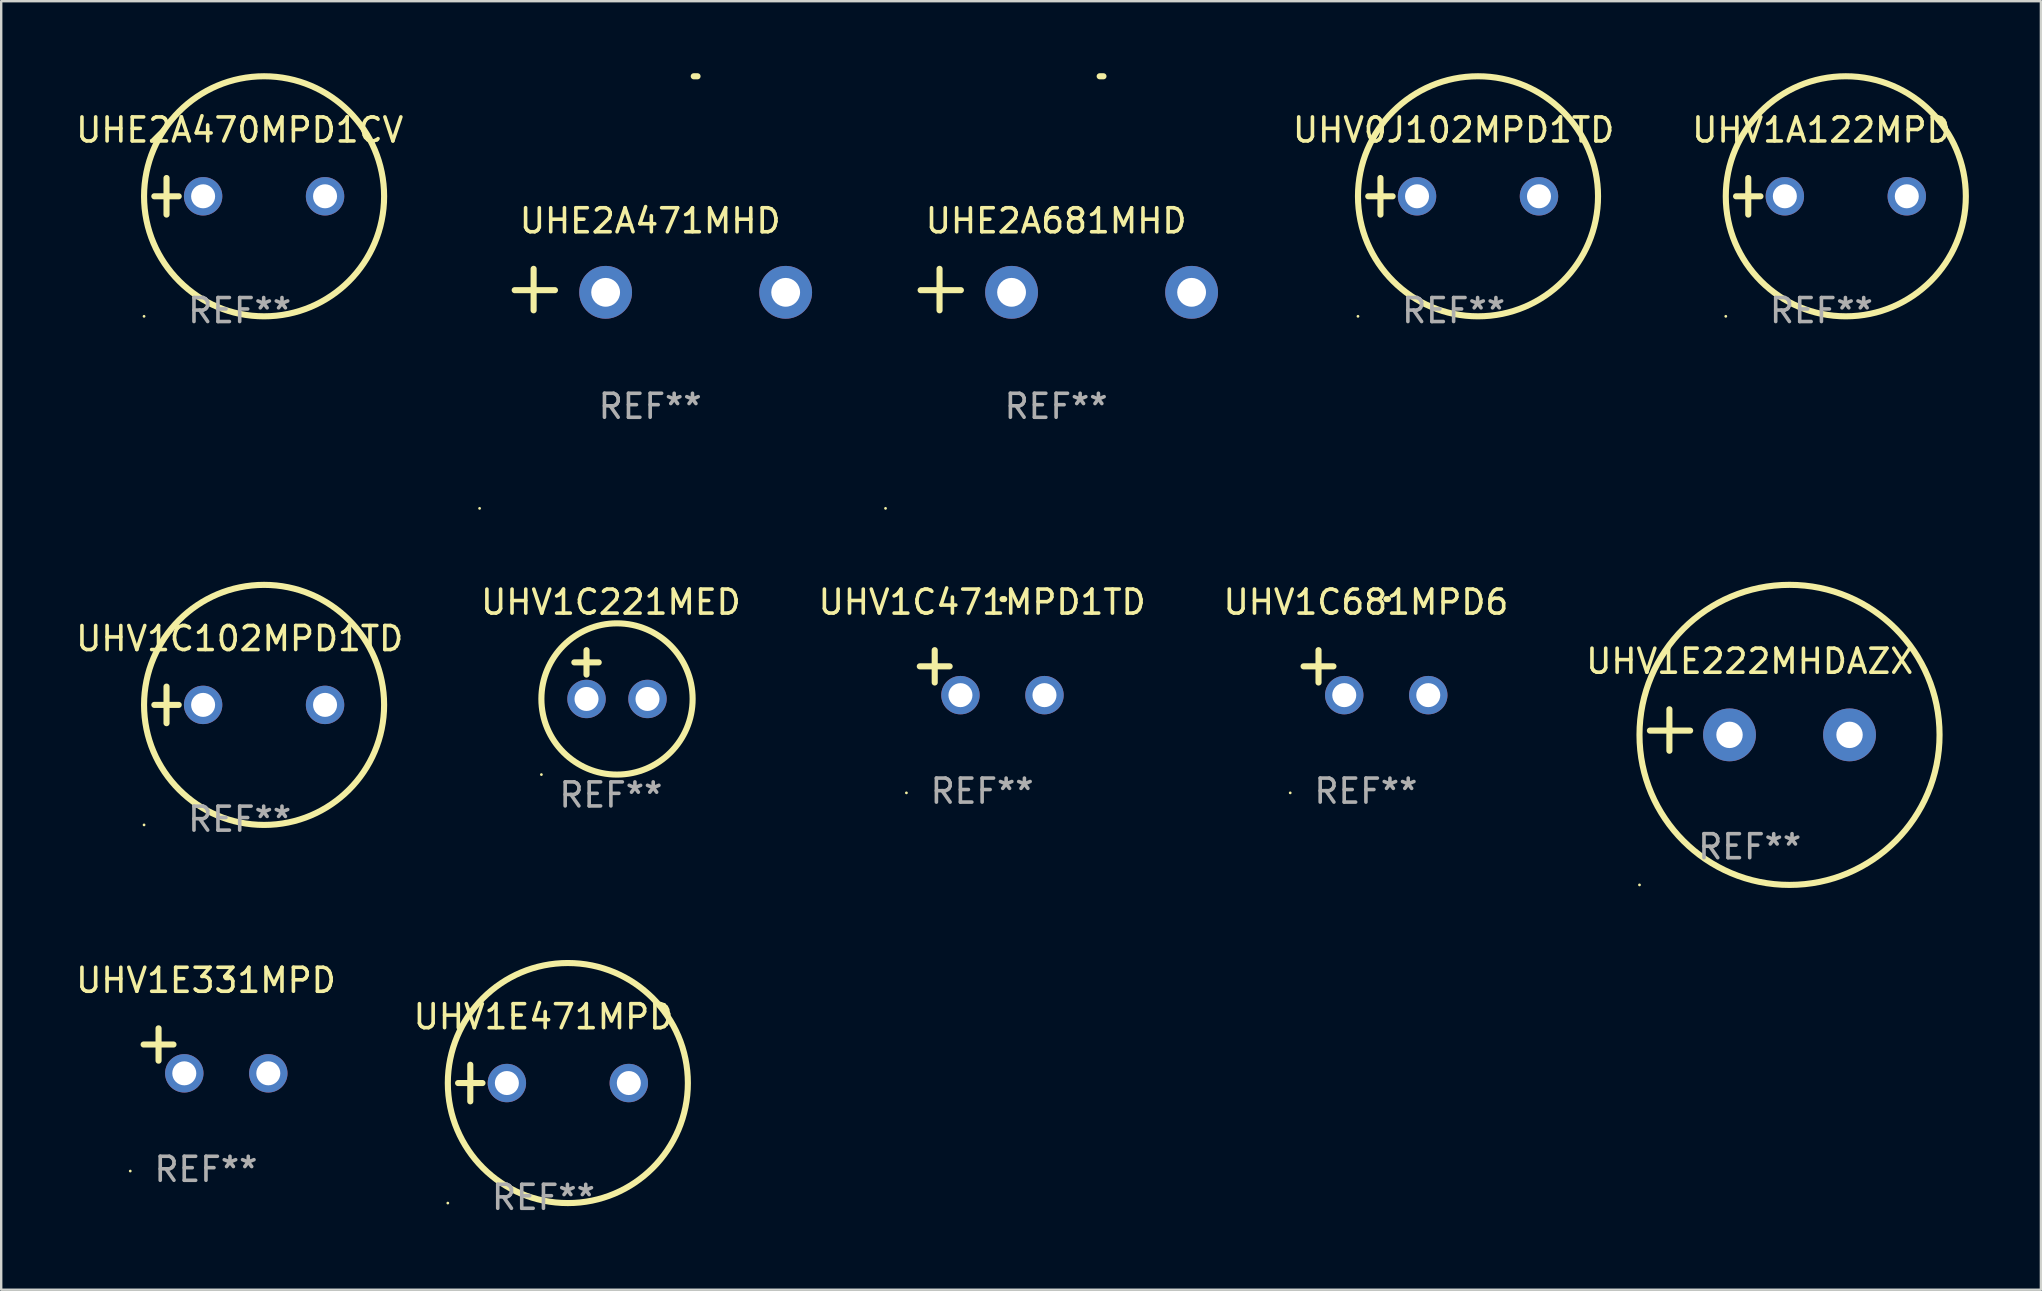
<source format=kicad_pcb>
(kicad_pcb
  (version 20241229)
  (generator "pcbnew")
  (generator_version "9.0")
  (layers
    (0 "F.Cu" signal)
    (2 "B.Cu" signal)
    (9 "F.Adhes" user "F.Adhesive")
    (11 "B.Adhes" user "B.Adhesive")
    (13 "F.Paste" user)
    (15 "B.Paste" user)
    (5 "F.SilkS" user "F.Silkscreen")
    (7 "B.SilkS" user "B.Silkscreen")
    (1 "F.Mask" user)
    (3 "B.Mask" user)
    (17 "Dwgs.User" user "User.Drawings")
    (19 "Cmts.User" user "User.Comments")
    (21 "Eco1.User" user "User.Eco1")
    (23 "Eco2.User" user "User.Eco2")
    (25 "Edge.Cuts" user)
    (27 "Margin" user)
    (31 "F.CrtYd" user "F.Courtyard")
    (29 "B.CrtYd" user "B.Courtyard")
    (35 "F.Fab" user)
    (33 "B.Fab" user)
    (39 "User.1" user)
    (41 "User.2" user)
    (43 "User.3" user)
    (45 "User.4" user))
  (footprint "UHV1E471MPD"
    (layer "F.Cu")
    (at 19.589 42.067)
    (property "Reference" "UHV1E471MPD" (at 0 -2.762 0) (layer "F.SilkS") (effects (font (size 1 1) (thickness 0.15))))
    (attr through_hole)
    (fp_line (start -3.556 0) (end -2.54 0) (stroke (width 0.254) (type solid)) (layer "F.SilkS"))
    (fp_line (start -3.048 -0.762) (end -3.048 0.762) (stroke (width 0.254) (type solid)) (layer "F.SilkS"))
    (fp_circle (center -3.984 5) (end -3.954 5) (stroke (width 0.06) (type solid)) (fill no) (layer "F.SilkS"))
    (fp_circle (center 1.016 0) (end 6.016 0) (stroke (width 0.254) (type solid)) (fill no) (layer "F.SilkS"))
    (fp_text user "REF**" (at 0 4.762 0) (layer "F.Fab") (effects (font (size 1 1) (thickness 0.15))))
    (pad "1" thru_hole circle (at -1.524 0) (size 1.6 1.6) (drill 1) (layers "*.Cu" "*.Mask"))
    (pad "2" thru_hole circle (at 3.556 0) (size 1.6 1.6) (drill 1) (layers "*.Cu" "*.Mask")))
  (footprint "UHV1C681MPD6"
    (layer "F.Cu")
    (at 53.851 24.971)
    (property "Reference" "UHV1C681MPD6" (at 0 -2.937 0) (layer "F.SilkS") (effects (font (size 1 1) (thickness 0.15))))
    (attr through_hole)
    (fp_line (start -1.975 0.41) (end -1.975 -0.937) (stroke (width 0.254) (type solid)) (layer "F.SilkS"))
    (fp_line (start -1.353 -0.263) (end -2.597 -0.263) (stroke (width 0.254) (type solid)) (layer "F.SilkS"))
    (fp_arc (start 0.849809 -3.063957) (mid 0.885369 -3.064114) (end 0.920929 -3.063957) (stroke (width 0.254001) (type solid)) (layer "F.SilkS"))
    (fp_circle (center -3.154 5.008) (end -3.124 5.008) (stroke (width 0.06) (type solid)) (fill no) (layer "F.SilkS"))
    (fp_text user "REF**" (at 0 4.937 0) (layer "F.Fab") (effects (font (size 1 1) (thickness 0.15))))
    (pad "1" thru_hole circle (at -0.903 0.937) (size 1.6 1.6) (drill 1) (layers "*.Cu" "*.Mask"))
    (pad "2" thru_hole circle (at 2.597 0.937) (size 1.6 1.6) (drill 1) (layers "*.Cu" "*.Mask")))
  (footprint "UHV1A122MPD"
    (layer "F.Cu")
    (at 72.826 5.127)
    (property "Reference" "UHV1A122MPD" (at 0 -2.762 0) (layer "F.SilkS") (effects (font (size 1 1) (thickness 0.15))))
    (attr through_hole)
    (fp_line (start -3.556 0) (end -2.54 0) (stroke (width 0.254) (type solid)) (layer "F.SilkS"))
    (fp_line (start -3.048 -0.762) (end -3.048 0.762) (stroke (width 0.254) (type solid)) (layer "F.SilkS"))
    (fp_circle (center -3.984 5) (end -3.954 5) (stroke (width 0.06) (type solid)) (fill no) (layer "F.SilkS"))
    (fp_circle (center 1.016 0) (end 6.016 0) (stroke (width 0.254) (type solid)) (fill no) (layer "F.SilkS"))
    (fp_text user "REF**" (at 0 4.762 0) (layer "F.Fab") (effects (font (size 1 1) (thickness 0.15))))
    (pad "1" thru_hole circle (at -1.524 0) (size 1.6 1.6) (drill 1) (layers "*.Cu" "*.Mask"))
    (pad "2" thru_hole circle (at 3.556 0) (size 1.6 1.6) (drill 1) (layers "*.Cu" "*.Mask")))
  (footprint "UHE2A471MHD"
    (layer "F.Cu")
    (at 24.035 9.013)
    (property "Reference" "UHE2A471MHD" (at 0 -2.864 0) (layer "F.SilkS") (effects (font (size 1 1) (thickness 0.15))))
    (attr through_hole)
    (fp_line (start -4.856 0.864) (end -4.856 -0.864) (stroke (width 0.254) (type solid)) (layer "F.SilkS"))
    (fp_line (start -3.967 0.025) (end -5.644 0.025) (stroke (width 0.254) (type solid)) (layer "F.SilkS"))
    (fp_arc (start 1.815024 -8.885649) (mid 1.893764 -8.88599) (end 1.972504 -8.885649) (stroke (width 0.254001) (type solid)) (layer "F.SilkS"))
    (fp_circle (center -7.106 9.114) (end -7.076 9.114) (stroke (width 0.06) (type solid)) (fill no) (layer "F.SilkS"))
    (fp_text user "REF**" (at 0 4.864 0) (layer "F.Fab") (effects (font (size 1 1) (thickness 0.15))))
    (pad "1" thru_hole circle (at -1.856 0.114) (size 2.2 2.2) (drill 1.2) (layers "*.Cu" "*.Mask"))
    (pad "2" thru_hole circle (at 5.644 0.114) (size 2.2 2.2) (drill 1.2) (layers "*.Cu" "*.Mask")))
  (footprint "UHV1E222MHDAZX"
    (layer "F.Cu")
    (at 69.839 27.36)
    (property "Reference" "UHV1E222MHDAZX" (at 0 -2.864 0) (layer "F.SilkS") (effects (font (size 1 1) (thickness 0.15))))
    (attr through_hole)
    (fp_line (start -3.346 0.864) (end -3.346 -0.864) (stroke (width 0.254) (type solid)) (layer "F.SilkS"))
    (fp_line (start -2.482 0.025) (end -4.158 0.025) (stroke (width 0.254) (type solid)) (layer "F.SilkS"))
    (fp_circle (center -4.592 6.453) (end -4.562 6.453) (stroke (width 0.06) (type solid)) (fill no) (layer "F.SilkS"))
    (fp_circle (center 1.658 0.203) (end 7.908 0.203) (stroke (width 0.254) (type solid)) (fill no) (layer "F.SilkS"))
    (fp_text user "REF**" (at 0 4.864 0) (layer "F.Fab") (effects (font (size 1 1) (thickness 0.15))))
    (pad "1" thru_hole circle (at -0.842 0.203) (size 2.2 2.2) (drill 1.1) (layers "*.Cu" "*.Mask"))
    (pad "2" thru_hole circle (at 4.158 0.203) (size 2.2 2.2) (drill 1.1) (layers "*.Cu" "*.Mask")))
  (footprint "UHV1C102MPD1TD"
    (layer "F.Cu")
    (at 6.935 26.314)
    (property "Reference" "UHV1C102MPD1TD" (at 0 -2.762 0) (layer "F.SilkS") (effects (font (size 1 1) (thickness 0.15))))
    (attr through_hole)
    (fp_line (start -3.556 0) (end -2.54 0) (stroke (width 0.254) (type solid)) (layer "F.SilkS"))
    (fp_line (start -3.048 -0.762) (end -3.048 0.762) (stroke (width 0.254) (type solid)) (layer "F.SilkS"))
    (fp_circle (center -3.984 5) (end -3.954 5) (stroke (width 0.06) (type solid)) (fill no) (layer "F.SilkS"))
    (fp_circle (center 1.016 0) (end 6.016 0) (stroke (width 0.254) (type solid)) (fill no) (layer "F.SilkS"))
    (fp_text user "REF**" (at 0 4.762 0) (layer "F.Fab") (effects (font (size 1 1) (thickness 0.15))))
    (pad "1" thru_hole circle (at -1.524 0) (size 1.6 1.6) (drill 1) (layers "*.Cu" "*.Mask"))
    (pad "2" thru_hole circle (at 3.556 0) (size 1.6 1.6) (drill 1) (layers "*.Cu" "*.Mask")))
  (footprint "UHE2A470MPD1CV"
    (layer "F.Cu")
    (at 6.935 5.127)
    (property "Reference" "UHE2A470MPD1CV" (at 0 -2.762 0) (layer "F.SilkS") (effects (font (size 1 1) (thickness 0.15))))
    (attr through_hole)
    (fp_line (start -3.556 0) (end -2.54 0) (stroke (width 0.254) (type solid)) (layer "F.SilkS"))
    (fp_line (start -3.048 -0.762) (end -3.048 0.762) (stroke (width 0.254) (type solid)) (layer "F.SilkS"))
    (fp_circle (center -3.984 5) (end -3.954 5) (stroke (width 0.06) (type solid)) (fill no) (layer "F.SilkS"))
    (fp_circle (center 1.016 0) (end 6.016 0) (stroke (width 0.254) (type solid)) (fill no) (layer "F.SilkS"))
    (fp_text user "REF**" (at 0 4.762 0) (layer "F.Fab") (effects (font (size 1 1) (thickness 0.15))))
    (pad "1" thru_hole circle (at -1.524 0) (size 1.6 1.6) (drill 1) (layers "*.Cu" "*.Mask"))
    (pad "2" thru_hole circle (at 3.556 0) (size 1.6 1.6) (drill 1) (layers "*.Cu" "*.Mask")))
  (footprint "UHV0J102MPD1TD"
    (layer "F.Cu")
    (at 57.504 5.127)
    (property "Reference" "UHV0J102MPD1TD" (at 0 -2.762 0) (layer "F.SilkS") (effects (font (size 1 1) (thickness 0.15))))
    (attr through_hole)
    (fp_line (start -3.556 0) (end -2.54 0) (stroke (width 0.254) (type solid)) (layer "F.SilkS"))
    (fp_line (start -3.048 -0.762) (end -3.048 0.762) (stroke (width 0.254) (type solid)) (layer "F.SilkS"))
    (fp_circle (center -3.984 5) (end -3.954 5) (stroke (width 0.06) (type solid)) (fill no) (layer "F.SilkS"))
    (fp_circle (center 1.016 0) (end 6.016 0) (stroke (width 0.254) (type solid)) (fill no) (layer "F.SilkS"))
    (fp_text user "REF**" (at 0 4.762 0) (layer "F.Fab") (effects (font (size 1 1) (thickness 0.15))))
    (pad "1" thru_hole circle (at -1.524 0) (size 1.6 1.6) (drill 1) (layers "*.Cu" "*.Mask"))
    (pad "2" thru_hole circle (at 3.556 0) (size 1.6 1.6) (drill 1) (layers "*.Cu" "*.Mask")))
  (footprint "UHE2A681MHD"
    (layer "F.Cu")
    (at 40.945 9.013)
    (property "Reference" "UHE2A681MHD" (at 0 -2.864 0) (layer "F.SilkS") (effects (font (size 1 1) (thickness 0.15))))
    (attr through_hole)
    (fp_line (start -4.856 0.864) (end -4.856 -0.864) (stroke (width 0.254) (type solid)) (layer "F.SilkS"))
    (fp_line (start -3.967 0.025) (end -5.644 0.025) (stroke (width 0.254) (type solid)) (layer "F.SilkS"))
    (fp_arc (start 1.815024 -8.885649) (mid 1.893764 -8.88599) (end 1.972504 -8.885649) (stroke (width 0.254001) (type solid)) (layer "F.SilkS"))
    (fp_circle (center -7.106 9.114) (end -7.076 9.114) (stroke (width 0.06) (type solid)) (fill no) (layer "F.SilkS"))
    (fp_text user "REF**" (at 0 4.864 0) (layer "F.Fab") (effects (font (size 1 1) (thickness 0.15))))
    (pad "1" thru_hole circle (at -1.856 0.114) (size 2.2 2.2) (drill 1.2) (layers "*.Cu" "*.Mask"))
    (pad "2" thru_hole circle (at 5.644 0.114) (size 2.2 2.2) (drill 1.2) (layers "*.Cu" "*.Mask")))
  (footprint "UHV1C471MPD1TD"
    (layer "F.Cu")
    (at 37.863 24.971)
    (property "Reference" "UHV1C471MPD1TD" (at 0 -2.937 0) (layer "F.SilkS") (effects (font (size 1 1) (thickness 0.15))))
    (attr through_hole)
    (fp_line (start -1.975 0.41) (end -1.975 -0.937) (stroke (width 0.254) (type solid)) (layer "F.SilkS"))
    (fp_line (start -1.353 -0.263) (end -2.597 -0.263) (stroke (width 0.254) (type solid)) (layer "F.SilkS"))
    (fp_arc (start 0.849809 -3.063957) (mid 0.885369 -3.064114) (end 0.920929 -3.063957) (stroke (width 0.254001) (type solid)) (layer "F.SilkS"))
    (fp_circle (center -3.154 5.008) (end -3.124 5.008) (stroke (width 0.06) (type solid)) (fill no) (layer "F.SilkS"))
    (fp_text user "REF**" (at 0 4.937 0) (layer "F.Fab") (effects (font (size 1 1) (thickness 0.15))))
    (pad "1" thru_hole circle (at -0.903 0.937) (size 1.6 1.6) (drill 1) (layers "*.Cu" "*.Mask"))
    (pad "2" thru_hole circle (at 2.597 0.937) (size 1.6 1.6) (drill 1) (layers "*.Cu" "*.Mask")))
  (footprint "UHV1E331MPD"
    (layer "F.Cu")
    (at 5.53 40.725)
    (property "Reference" "UHV1E331MPD" (at 0 -2.937 0) (layer "F.SilkS") (effects (font (size 1 1) (thickness 0.15))))
    (attr through_hole)
    (fp_line (start -1.975 0.41) (end -1.975 -0.937) (stroke (width 0.254) (type solid)) (layer "F.SilkS"))
    (fp_line (start -1.353 -0.263) (end -2.597 -0.263) (stroke (width 0.254) (type solid)) (layer "F.SilkS"))
    (fp_arc (start 0.849809 -3.063957) (mid 0.885369 -3.064114) (end 0.920929 -3.063957) (stroke (width 0.254001) (type solid)) (layer "F.SilkS"))
    (fp_circle (center -3.154 5.008) (end -3.124 5.008) (stroke (width 0.06) (type solid)) (fill no) (layer "F.SilkS"))
    (fp_text user "REF**" (at 0 4.937 0) (layer "F.Fab") (effects (font (size 1 1) (thickness 0.15))))
    (pad "1" thru_hole circle (at -0.903 0.937) (size 1.6 1.6) (drill 1) (layers "*.Cu" "*.Mask"))
    (pad "2" thru_hole circle (at 2.597 0.937) (size 1.6 1.6) (drill 1) (layers "*.Cu" "*.Mask")))
  (footprint "UHV1C221MED"
    (layer "F.Cu")
    (at 22.399 25.051)
    (property "Reference" "UHV1C221MED" (at 0 -3.016 0) (layer "F.SilkS") (effects (font (size 1 1) (thickness 0.15))))
    (attr through_hole)
    (fp_line (start -1.524 -0.508) (end -0.508 -0.508) (stroke (width 0.254) (type solid)) (layer "F.SilkS"))
    (fp_line (start -1.016 -1.016) (end -1.016 0) (stroke (width 0.254) (type solid)) (layer "F.SilkS"))
    (fp_circle (center -2.896 4.166) (end -2.866 4.166) (stroke (width 0.06) (type solid)) (fill no) (layer "F.SilkS"))
    (fp_circle (center 0.254 1.016) (end 3.404 1.016) (stroke (width 0.254) (type solid)) (fill no) (layer "F.SilkS"))
    (fp_text user "REF**" (at 0 5.016 0) (layer "F.Fab") (effects (font (size 1 1) (thickness 0.15))))
    (pad "1" thru_hole circle (at -1.016 1.016) (size 1.6 1.6) (drill 1) (layers "*.Cu" "*.Mask"))
    (pad "2" thru_hole circle (at 1.524 1.016) (size 1.6 1.6) (drill 1) (layers "*.Cu" "*.Mask")))
  (gr_rect
    (start -3 -3)
    (end 81.969 50.678)
    (stroke (width 0.1) (type default))
    (fill no)
    (layer "Edge.Cuts")))
</source>
